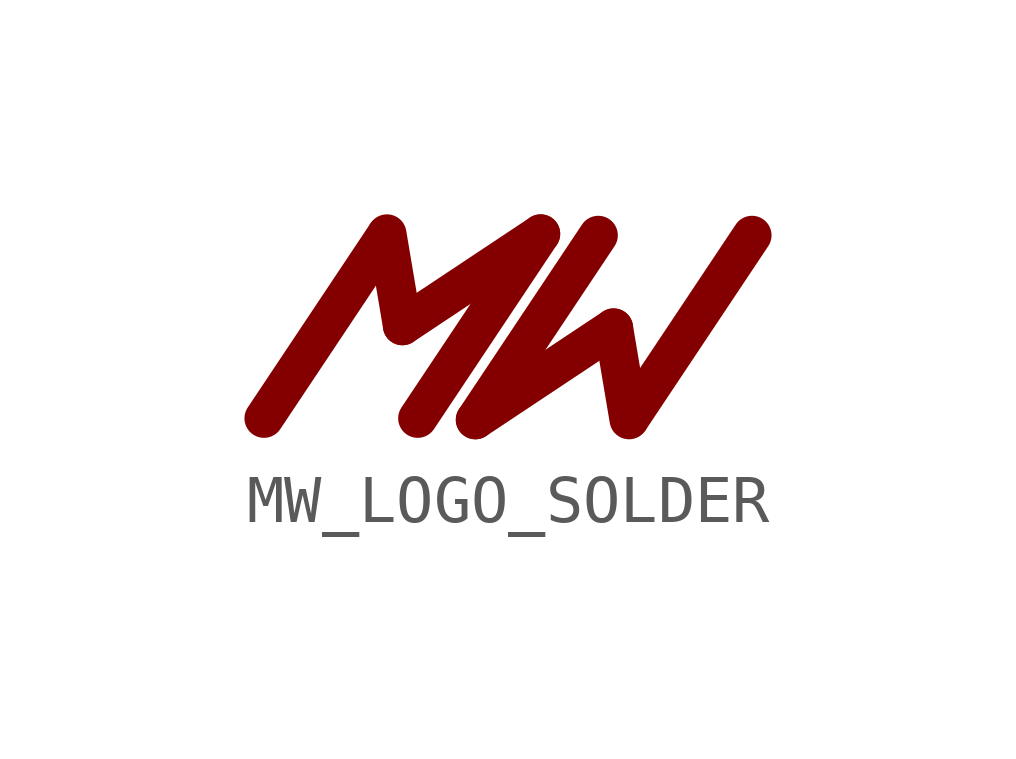
<source format=kicad_sym>
(kicad_symbol_lib
  (version 20201005)
  (generator kicad_symbol_editor)
  (symbol "MW_LOGO_SOLDER"
    (property "Reference" ""
      (at 0 0 0)
      (effects (font (size 1.27 1.27)) hide))
    (property "ki_locked" ""
      (at 0 0 0)
      (effects (font (size 1.27 1.27))))
    (symbol "MW_LOGO_SOLDER_1_0"
      (polyline (pts (xy 0 0) (xy 2.54 3.81)) (stroke (width 0.813)) (fill (type none)))
      (polyline (pts (xy 5.76 3.84) (xy 3.2 0)) (stroke (width 0.813)) (fill (type none)))
      (polyline (pts (xy 2.56 3.84) (xy 2.882 1.928)) (stroke (width 0.813)) (fill (type none)))
      (polyline (pts (xy 2.882 1.928) (xy 5.76 3.84)) (stroke (width 0.813)) (fill (type none)))
      (polyline (pts (xy 10.16 3.81) (xy 7.62 0)) (stroke (width 0.813)) (fill (type none)))
      (polyline (pts (xy 4.4 -0.03) (xy 6.96 3.81)) (stroke (width 0.813)) (fill (type none)))
      (polyline (pts (xy 7.6 -0.03) (xy 7.278 1.882)) (stroke (width 0.813)) (fill (type none)))
      (polyline (pts (xy 7.278 1.882) (xy 4.4 -0.03)) (stroke (width 0.813)) (fill (type none))))))
</source>
